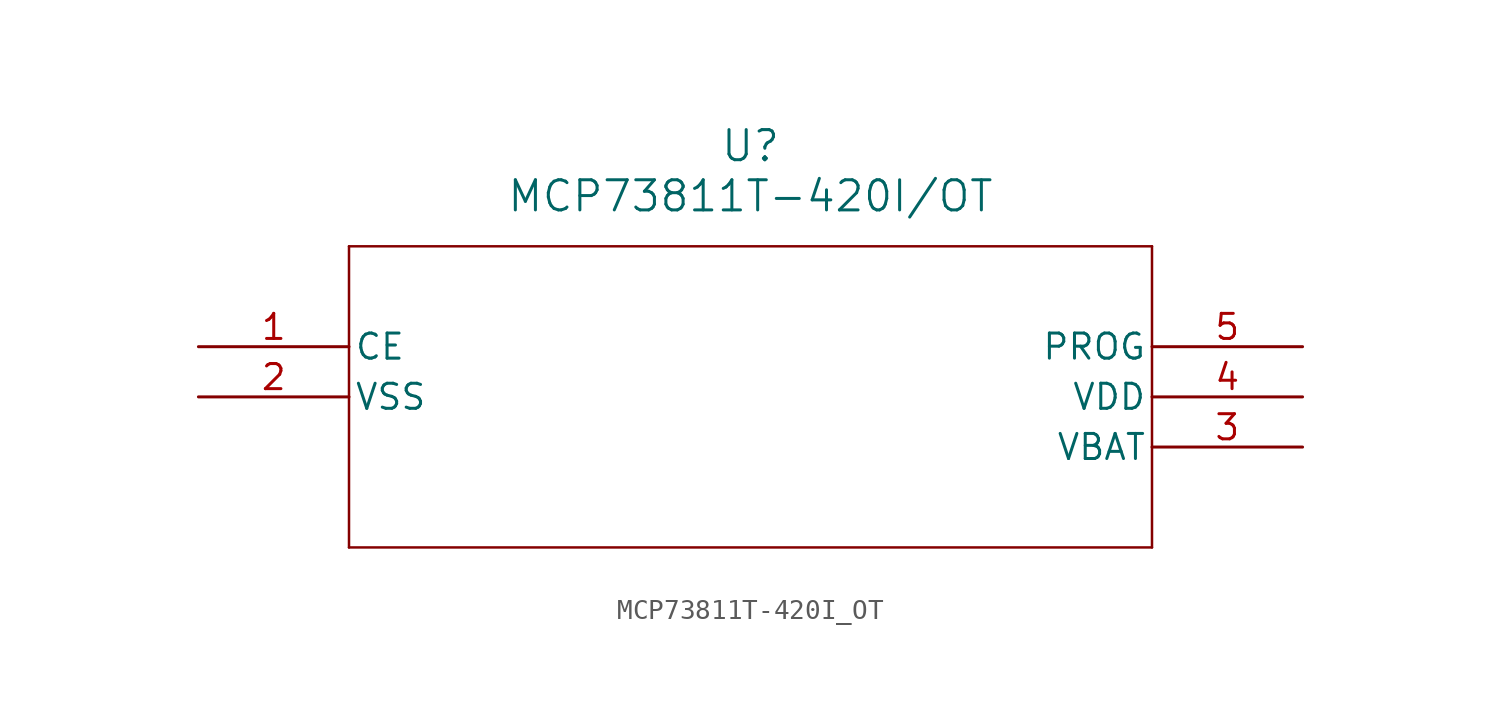
<source format=kicad_sym>
(kicad_symbol_lib
  (version 20211014)
  (generator kicad_symbol_editor)
  (symbol "MCP73811T-420I_OT"
    (pin_names
      (offset 0.254))
    (property "Reference" "U"
      (at 27.94 10.16 0)
      (effects (font (size 1.524 1.524))))
    (property "Value" "MCP73811T-420I/OT"
      (at 27.94 7.62 0)
      (effects (font (size 1.524 1.524))))
    (symbol "MCP73811T-420I_OT_0_1"
      (polyline (pts (xy 7.62 5.08) (xy 7.62 -10.16)) (stroke (width 0.127) (type default) (color 0 0 0 0)) (fill (type none)))
      (polyline (pts (xy 7.62 -10.16) (xy 48.26 -10.16)) (stroke (width 0.127) (type default) (color 0 0 0 0)) (fill (type none)))
      (polyline (pts (xy 48.26 -10.16) (xy 48.26 5.08)) (stroke (width 0.127) (type default) (color 0 0 0 0)) (fill (type none)))
      (polyline (pts (xy 48.26 5.08) (xy 7.62 5.08)) (stroke (width 0.127) (type default) (color 0 0 0 0)) (fill (type none)))
      (pin unspecified line (at 0 0 0) (length 7.62) (name "CE" (effects (font (size 1.27 1.27)))) (number "1" (effects (font (size 1.27 1.27)))))
      (pin unspecified line (at 0 -2.54 0) (length 7.62) (name "VSS" (effects (font (size 1.27 1.27)))) (number "2" (effects (font (size 1.27 1.27)))))
      (pin unspecified line (at 55.88 -5.08 180) (length 7.62) (name "VBAT" (effects (font (size 1.27 1.27)))) (number "3" (effects (font (size 1.27 1.27)))))
      (pin unspecified line (at 55.88 -2.54 180) (length 7.62) (name "VDD" (effects (font (size 1.27 1.27)))) (number "4" (effects (font (size 1.27 1.27)))))
      (pin unspecified line (at 55.88 0 180) (length 7.62) (name "PROG" (effects (font (size 1.27 1.27)))) (number "5" (effects (font (size 1.27 1.27))))))))
</source>
